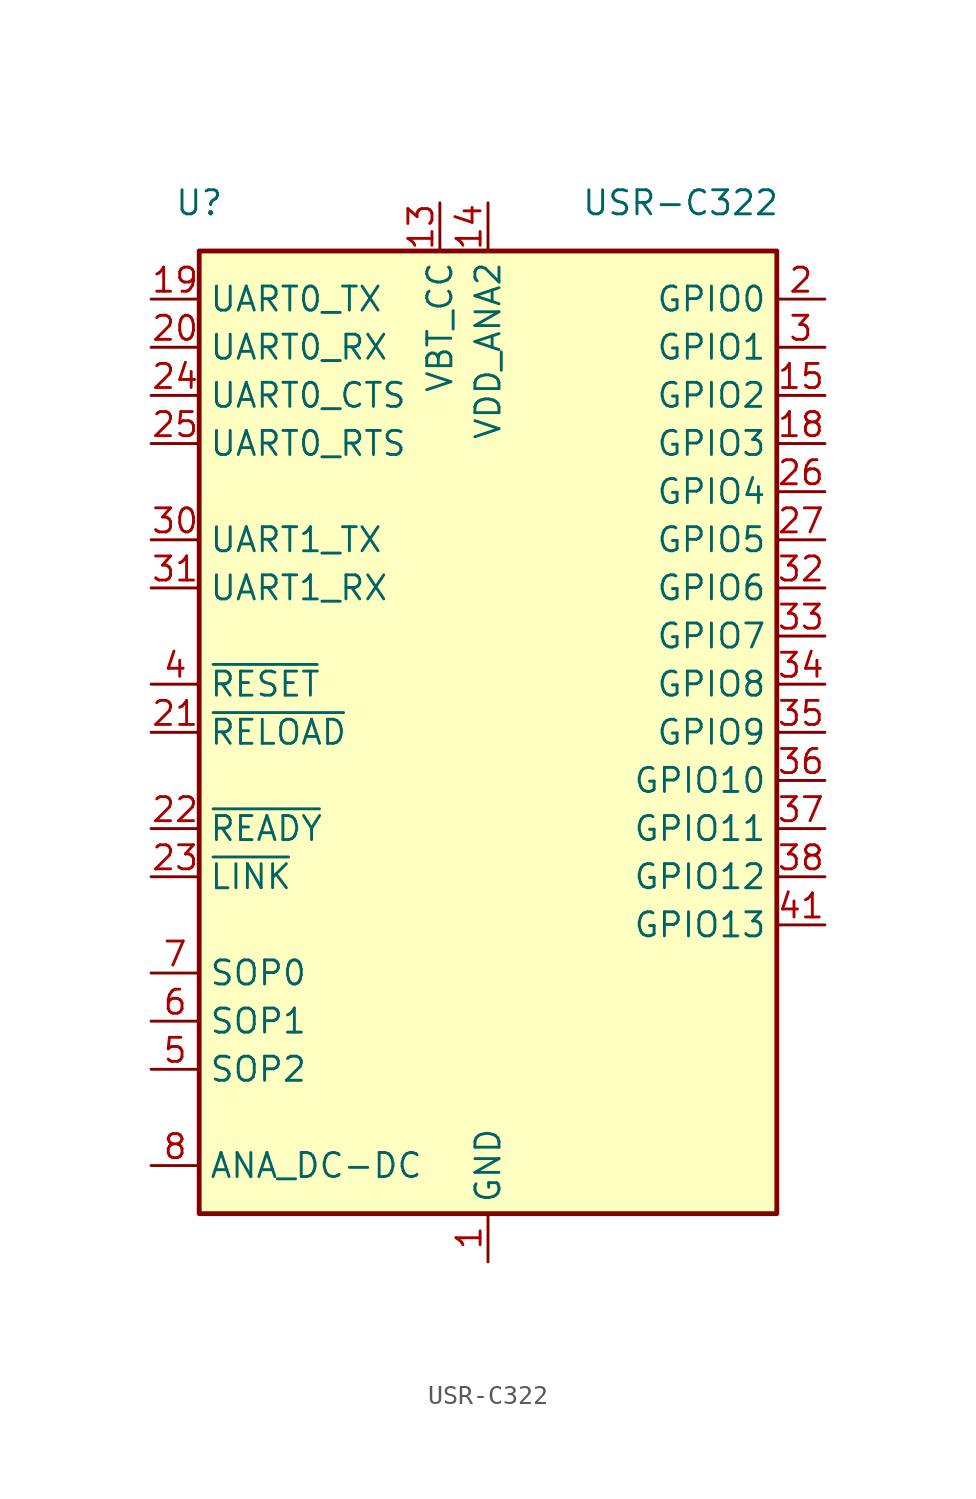
<source format=kicad_sym>
(kicad_symbol_lib
  (version 20200908)
  (generator kicad_symbol_editor)
  (symbol "RF_WiFi:USR-C322"
    (property "Reference" "U"
      (at -15.24 27.94 0)
      (effects (font (size 1.27 1.27))))
    (property "Value" "USR-C322"
      (at 10.16 27.94 0)
      (effects (font (size 1.27 1.27))))
    (symbol "USR-C322_1_1"
      (rectangle (start -15.24 25.4) (end 15.24 -25.4) (stroke (width 0.254)) (fill (type background)))
      (pin power_in line (at 0 -27.94 90) (length 2.54) (name "GND" (effects (font (size 1.27 1.27)))) (number "1" (effects (font (size 1.27 1.27)))))
      (pin unconnected line (at 15.24 -15.24 180) (length 2.54) hide (name "NC" (effects (font (size 1.27 1.27)))) (number "10" (effects (font (size 1.27 1.27)))))
      (pin passive line (at 0 -27.94 90) (length 2.54) hide (name "GND" (effects (font (size 1.27 1.27)))) (number "11" (effects (font (size 1.27 1.27)))))
      (pin passive line (at 0 -27.94 90) (length 2.54) hide (name "GND" (effects (font (size 1.27 1.27)))) (number "12" (effects (font (size 1.27 1.27)))))
      (pin power_in line (at -2.54 27.94 270) (length 2.54) (name "VBT_CC" (effects (font (size 1.27 1.27)))) (number "13" (effects (font (size 1.27 1.27)))))
      (pin power_in line (at 0 27.94 270) (length 2.54) (name "VDD_ANA2" (effects (font (size 1.27 1.27)))) (number "14" (effects (font (size 1.27 1.27)))))
      (pin bidirectional line (at 17.78 17.78 180) (length 2.54) (name "GPIO2" (effects (font (size 1.27 1.27)))) (number "15" (effects (font (size 1.27 1.27)))))
      (pin unconnected line (at 15.24 -17.78 180) (length 2.54) hide (name "NC" (effects (font (size 1.27 1.27)))) (number "16" (effects (font (size 1.27 1.27)))))
      (pin passive line (at 0 -27.94 90) (length 2.54) hide (name "GND" (effects (font (size 1.27 1.27)))) (number "17" (effects (font (size 1.27 1.27)))))
      (pin bidirectional line (at 17.78 15.24 180) (length 2.54) (name "GPIO3" (effects (font (size 1.27 1.27)))) (number "18" (effects (font (size 1.27 1.27)))))
      (pin output line (at -17.78 22.86 0) (length 2.54) (name "UART0_TX" (effects (font (size 1.27 1.27)))) (number "19" (effects (font (size 1.27 1.27)))))
      (pin bidirectional line (at 17.78 22.86 180) (length 2.54) (name "GPIO0" (effects (font (size 1.27 1.27)))) (number "2" (effects (font (size 1.27 1.27)))))
      (pin input line (at -17.78 20.32 0) (length 2.54) (name "UART0_RX" (effects (font (size 1.27 1.27)))) (number "20" (effects (font (size 1.27 1.27)))))
      (pin input line (at -17.78 0 0) (length 2.54) (name "~RELOAD" (effects (font (size 1.27 1.27)))) (number "21" (effects (font (size 1.27 1.27)))))
      (pin open_collector line (at -17.78 -5.08 0) (length 2.54) (name "~READY" (effects (font (size 1.27 1.27)))) (number "22" (effects (font (size 1.27 1.27)))))
      (pin open_collector line (at -17.78 -7.62 0) (length 2.54) (name "~LINK" (effects (font (size 1.27 1.27)))) (number "23" (effects (font (size 1.27 1.27)))))
      (pin input line (at -17.78 17.78 0) (length 2.54) (name "UART0_CTS" (effects (font (size 1.27 1.27)))) (number "24" (effects (font (size 1.27 1.27)))))
      (pin output line (at -17.78 15.24 0) (length 2.54) (name "UART0_RTS" (effects (font (size 1.27 1.27)))) (number "25" (effects (font (size 1.27 1.27)))))
      (pin bidirectional line (at 17.78 12.7 180) (length 2.54) (name "GPIO4" (effects (font (size 1.27 1.27)))) (number "26" (effects (font (size 1.27 1.27)))))
      (pin bidirectional line (at 17.78 10.16 180) (length 2.54) (name "GPIO5" (effects (font (size 1.27 1.27)))) (number "27" (effects (font (size 1.27 1.27)))))
      (pin passive line (at 0 -27.94 90) (length 2.54) hide (name "GND" (effects (font (size 1.27 1.27)))) (number "28" (effects (font (size 1.27 1.27)))))
      (pin passive line (at 0 -27.94 90) (length 2.54) hide (name "GND" (effects (font (size 1.27 1.27)))) (number "29" (effects (font (size 1.27 1.27)))))
      (pin bidirectional line (at 17.78 20.32 180) (length 2.54) (name "GPIO1" (effects (font (size 1.27 1.27)))) (number "3" (effects (font (size 1.27 1.27)))))
      (pin output line (at -17.78 10.16 0) (length 2.54) (name "UART1_TX" (effects (font (size 1.27 1.27)))) (number "30" (effects (font (size 1.27 1.27)))))
      (pin input line (at -17.78 7.62 0) (length 2.54) (name "UART1_RX" (effects (font (size 1.27 1.27)))) (number "31" (effects (font (size 1.27 1.27)))))
      (pin bidirectional line (at 17.78 7.62 180) (length 2.54) (name "GPIO6" (effects (font (size 1.27 1.27)))) (number "32" (effects (font (size 1.27 1.27)))))
      (pin bidirectional line (at 17.78 5.08 180) (length 2.54) (name "GPIO7" (effects (font (size 1.27 1.27)))) (number "33" (effects (font (size 1.27 1.27)))))
      (pin bidirectional line (at 17.78 2.54 180) (length 2.54) (name "GPIO8" (effects (font (size 1.27 1.27)))) (number "34" (effects (font (size 1.27 1.27)))))
      (pin bidirectional line (at 17.78 0 180) (length 2.54) (name "GPIO9" (effects (font (size 1.27 1.27)))) (number "35" (effects (font (size 1.27 1.27)))))
      (pin bidirectional line (at 17.78 -2.54 180) (length 2.54) (name "GPIO10" (effects (font (size 1.27 1.27)))) (number "36" (effects (font (size 1.27 1.27)))))
      (pin bidirectional line (at 17.78 -5.08 180) (length 2.54) (name "GPIO11" (effects (font (size 1.27 1.27)))) (number "37" (effects (font (size 1.27 1.27)))))
      (pin bidirectional line (at 17.78 -7.62 180) (length 2.54) (name "GPIO12" (effects (font (size 1.27 1.27)))) (number "38" (effects (font (size 1.27 1.27)))))
      (pin unconnected line (at 15.24 -20.32 180) (length 2.54) hide (name "NC" (effects (font (size 1.27 1.27)))) (number "39" (effects (font (size 1.27 1.27)))))
      (pin input line (at -17.78 2.54 0) (length 2.54) (name "~RESET" (effects (font (size 1.27 1.27)))) (number "4" (effects (font (size 1.27 1.27)))))
      (pin unconnected line (at 15.24 -22.86 180) (length 2.54) hide (name "NC" (effects (font (size 1.27 1.27)))) (number "40" (effects (font (size 1.27 1.27)))))
      (pin bidirectional line (at 17.78 -10.16 180) (length 2.54) (name "GPIO13" (effects (font (size 1.27 1.27)))) (number "41" (effects (font (size 1.27 1.27)))))
      (pin unconnected line (at 7.62 -25.4 90) (length 2.54) hide (name "NC" (effects (font (size 1.27 1.27)))) (number "42" (effects (font (size 1.27 1.27)))))
      (pin unconnected line (at 5.08 -25.4 90) (length 2.54) hide (name "NC" (effects (font (size 1.27 1.27)))) (number "43" (effects (font (size 1.27 1.27)))))
      (pin passive line (at 0 -27.94 90) (length 2.54) hide (name "GND" (effects (font (size 1.27 1.27)))) (number "44" (effects (font (size 1.27 1.27)))))
      (pin passive line (at -17.78 -17.78 0) (length 2.54) (name "SOP2" (effects (font (size 1.27 1.27)))) (number "5" (effects (font (size 1.27 1.27)))))
      (pin passive line (at -17.78 -15.24 0) (length 2.54) (name "SOP1" (effects (font (size 1.27 1.27)))) (number "6" (effects (font (size 1.27 1.27)))))
      (pin passive line (at -17.78 -12.7 0) (length 2.54) (name "SOP0" (effects (font (size 1.27 1.27)))) (number "7" (effects (font (size 1.27 1.27)))))
      (pin passive line (at -17.78 -22.86 0) (length 2.54) (name "ANA_DC-DC" (effects (font (size 1.27 1.27)))) (number "8" (effects (font (size 1.27 1.27)))))
      (pin unconnected line (at 15.24 -12.7 180) (length 2.54) hide (name "NC" (effects (font (size 1.27 1.27)))) (number "9" (effects (font (size 1.27 1.27))))))))
</source>
